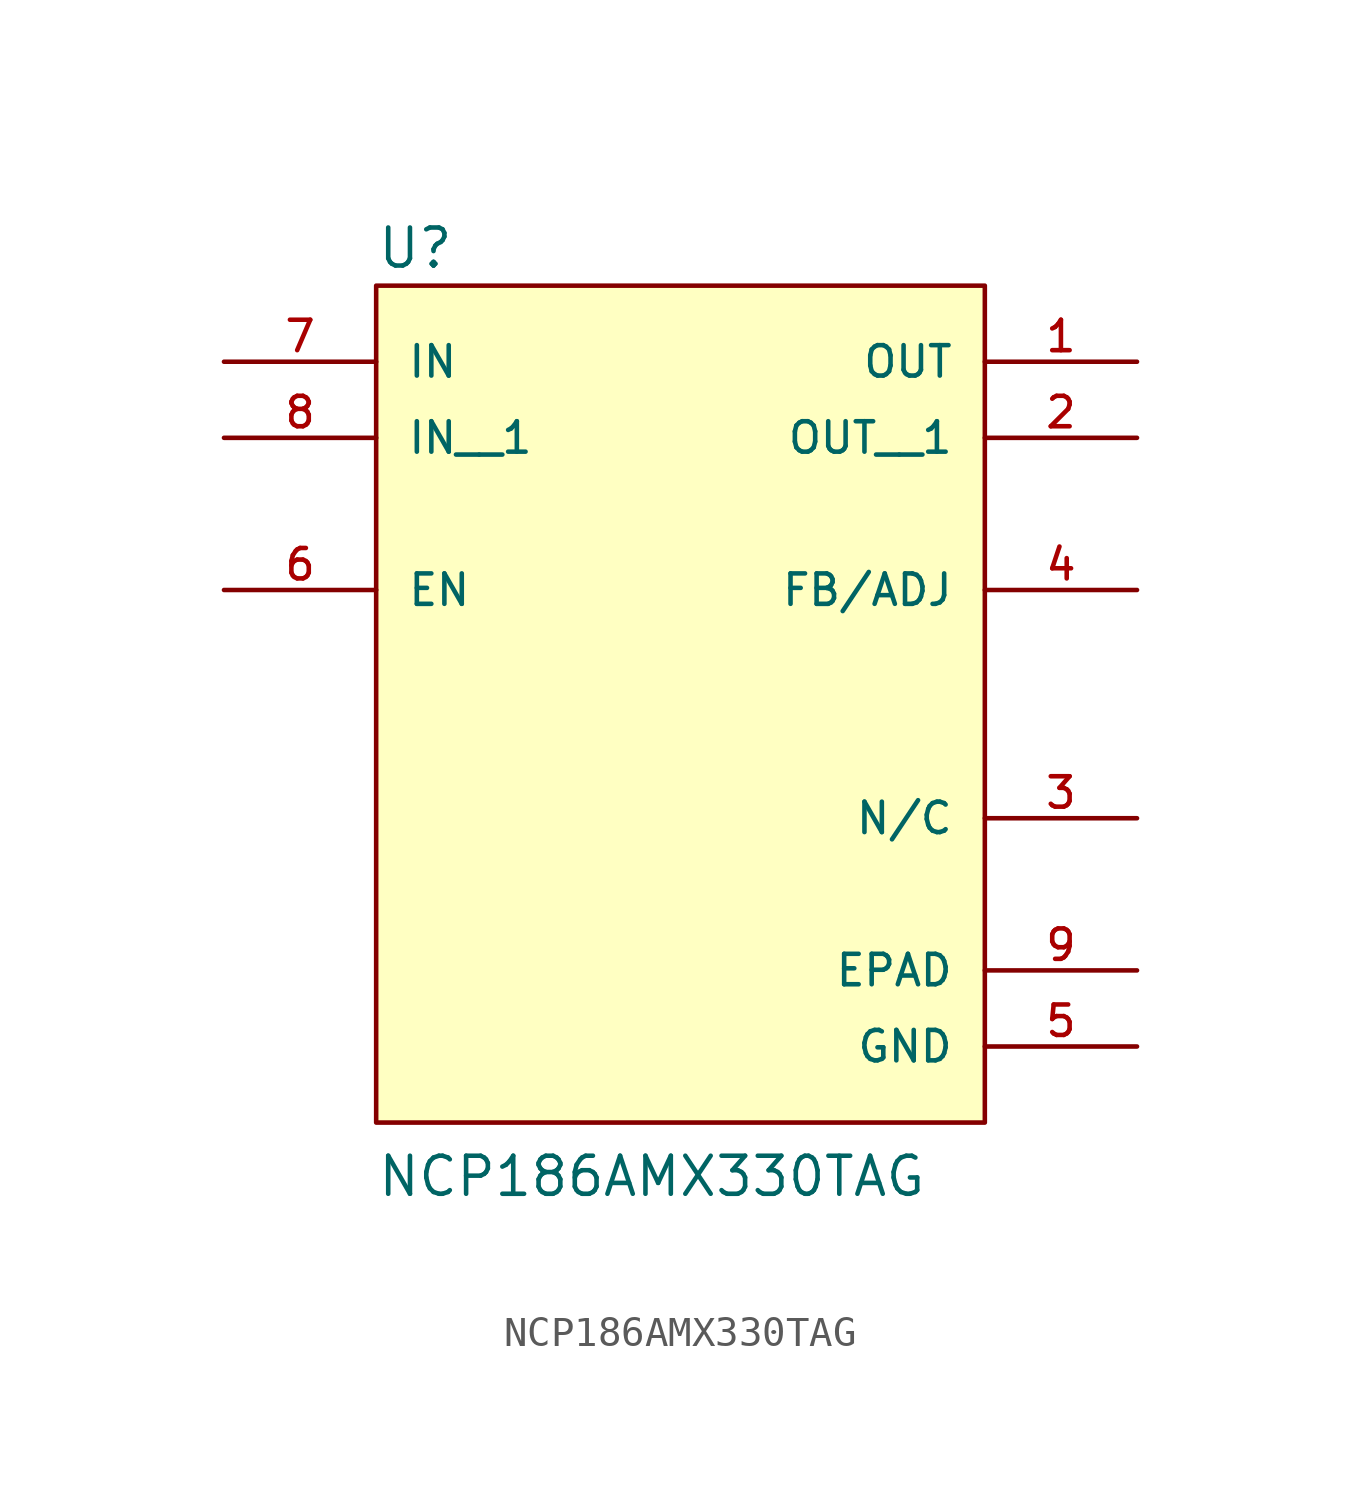
<source format=kicad_sym>
(kicad_symbol_lib
  (version 20211014)
  (generator kicad_symbol_editor)
  (symbol "NCP186AMX330TAG"
    (pin_names
      (offset 1.016))
    (property "Reference" "U"
      (at -10.16 13.208 0)
      (effects (font (size 1.27 1.27)) (justify bottom left)))
    (property "Value" "NCP186AMX330TAG"
      (at -10.16 -17.78 0)
      (effects (font (size 1.27 1.27)) (justify bottom left)))
    (symbol "NCP186AMX330TAG_0_0"
      (rectangle (start -10.16 -15.24) (end 10.16 12.7) (stroke (width 0.152)) (fill (type background)))
      (pin output line (at 15.24 10.16 180.0) (length 5.08) (name "OUT" (effects (font (size 1.016 1.016)))) (number "1" (effects (font (size 1.016 1.016)))))
      (pin input line (at 15.24 2.54 180.0) (length 5.08) (name "FB/ADJ" (effects (font (size 1.016 1.016)))) (number "4" (effects (font (size 1.016 1.016)))))
      (pin input line (at -15.24 10.16 0) (length 5.08) (name "IN" (effects (font (size 1.016 1.016)))) (number "7" (effects (font (size 1.016 1.016)))))
      (pin input line (at -15.24 2.54 0) (length 5.08) (name "EN" (effects (font (size 1.016 1.016)))) (number "6" (effects (font (size 1.016 1.016)))))
      (pin power_in line (at 15.24 -12.7 180.0) (length 5.08) (name "GND" (effects (font (size 1.016 1.016)))) (number "5" (effects (font (size 1.016 1.016)))))
      (pin power_in line (at 15.24 -10.16 180.0) (length 5.08) (name "EPAD" (effects (font (size 1.016 1.016)))) (number "9" (effects (font (size 1.016 1.016)))))
      (pin passive line (at 15.24 -5.08 180.0) (length 5.08) (name "N/C" (effects (font (size 1.016 1.016)))) (number "3" (effects (font (size 1.016 1.016)))))
      (pin input line (at -15.24 7.62 0) (length 5.08) (name "IN__1" (effects (font (size 1.016 1.016)))) (number "8" (effects (font (size 1.016 1.016)))))
      (pin output line (at 15.24 7.62 180.0) (length 5.08) (name "OUT__1" (effects (font (size 1.016 1.016)))) (number "2" (effects (font (size 1.016 1.016))))))))
</source>
